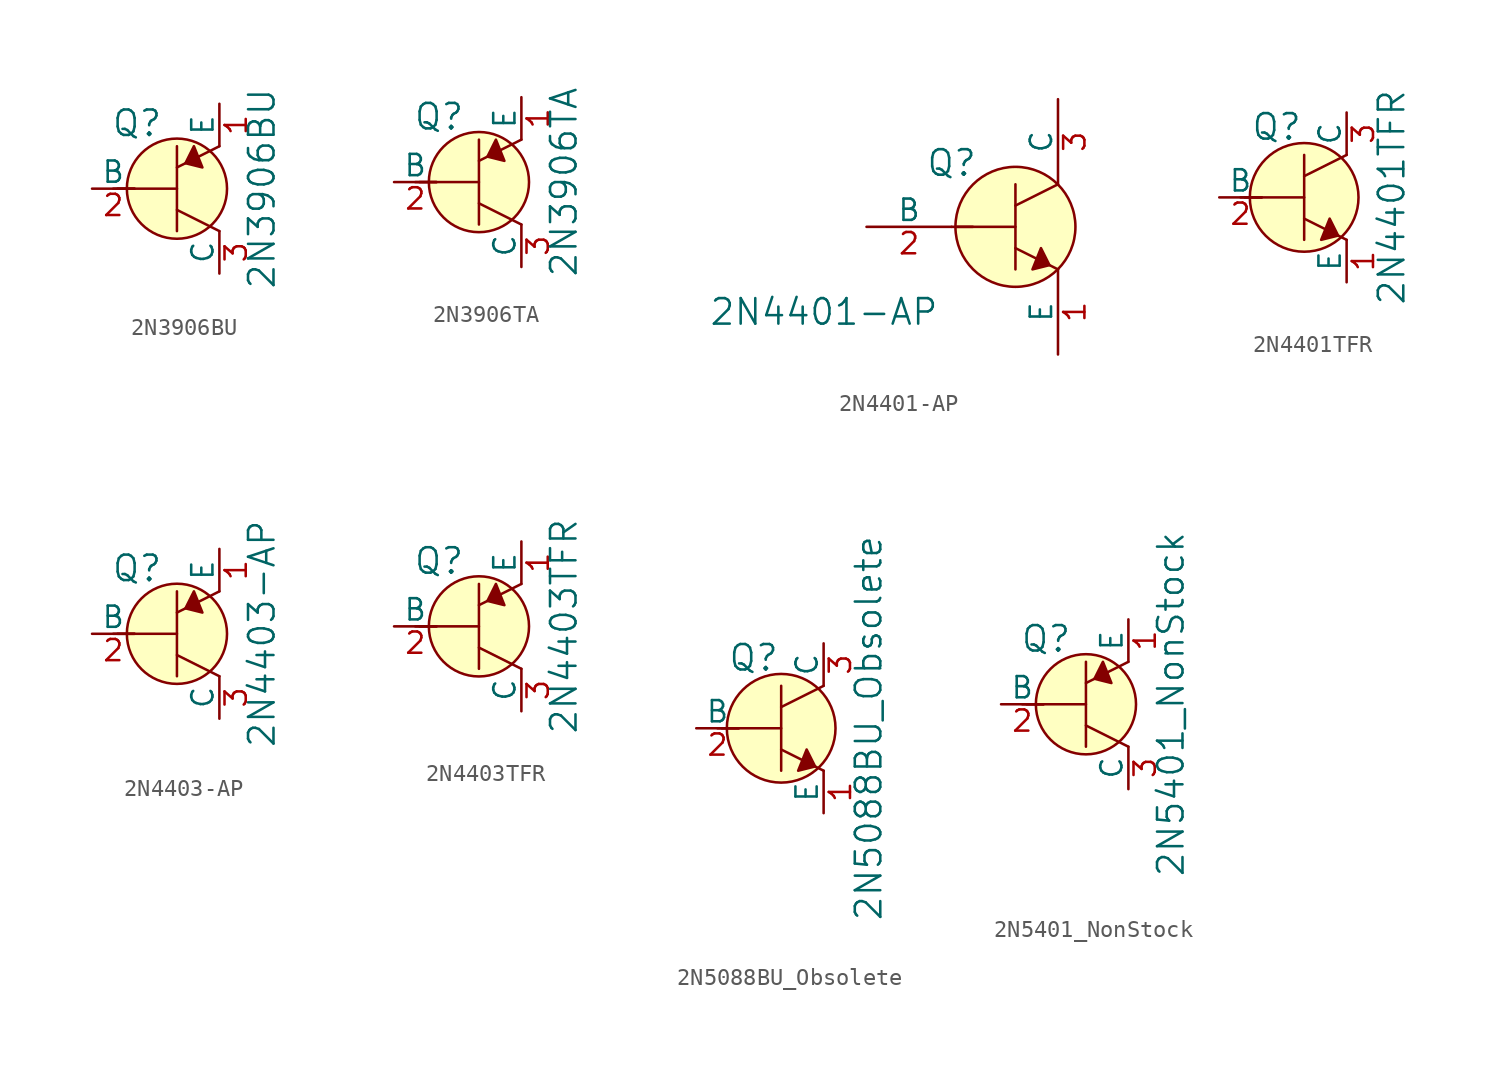
<source format=kicad_sym>
(kicad_symbol_lib
  (version 20220914)
  (generator kicad_symbol_editor)
  (symbol "2N3906BU"
    (pin_names
      (offset 0))
    (property "Reference" "Q"
      (at -2.388 3.912 0)
      (effects (font (size 1.524 1.524))))
    (property "Value" "2N3906BU"
      (at 5.08 0 90)
      (effects (font (size 1.524 1.524))))
    (symbol "2N3906BU_0_1"
      (polyline (pts (xy -3.81 0) (xy -2.54 0)) (stroke (width 0) (type solid)) (fill (type none)))
      (polyline (pts (xy -3.556 0) (xy 0 0)) (stroke (width 0) (type solid)) (fill (type none)))
      (polyline (pts (xy 0 -1.27) (xy 2.54 -2.54)) (stroke (width 0) (type solid)) (fill (type none)))
      (polyline (pts (xy 0 1.27) (xy 2.54 2.54)) (stroke (width 0) (type solid)) (fill (type none)))
      (polyline (pts (xy 0 2.54) (xy 0 -2.54)) (stroke (width 0) (type solid)) (fill (type none)))
      (polyline (pts (xy 1.016 2.54) (xy 0.508 1.524) (xy 1.524 1.27) (xy 1.016 2.54)) (stroke (width 0) (type solid)) (fill (type outline)))
      (circle (center 0 0) (radius 2.997) (stroke (width 0) (type solid)) (fill (type background))))
    (symbol "2N3906BU_1_1"
      (pin passive line (at 2.54 5.08 270) (length 2.54) (name "E" (effects (font (size 1.27 1.27)))) (number "1" (effects (font (size 1.27 1.27)))))
      (pin input line (at -5.08 0 0) (length 2.54) (name "B" (effects (font (size 1.27 1.27)))) (number "2" (effects (font (size 1.27 1.27)))))
      (pin passive line (at 2.54 -5.08 90) (length 2.54) (name "C" (effects (font (size 1.27 1.27)))) (number "3" (effects (font (size 1.27 1.27)))))))
  (symbol "2N3906TA"
    (pin_names
      (offset 0))
    (property "Reference" "Q"
      (at -2.388 3.912 0)
      (effects (font (size 1.524 1.524))))
    (property "Value" "2N3906TA"
      (at 5.08 0 90)
      (effects (font (size 1.524 1.524))))
    (symbol "2N3906TA_0_1"
      (polyline (pts (xy -3.81 0) (xy -2.54 0)) (stroke (width 0) (type solid)) (fill (type none)))
      (polyline (pts (xy -3.556 0) (xy 0 0)) (stroke (width 0) (type solid)) (fill (type none)))
      (polyline (pts (xy 0 -1.27) (xy 2.54 -2.54)) (stroke (width 0) (type solid)) (fill (type none)))
      (polyline (pts (xy 0 1.27) (xy 2.54 2.54)) (stroke (width 0) (type solid)) (fill (type none)))
      (polyline (pts (xy 0 2.54) (xy 0 -2.54)) (stroke (width 0) (type solid)) (fill (type none)))
      (polyline (pts (xy 1.016 2.54) (xy 0.508 1.524) (xy 1.524 1.27) (xy 1.016 2.54)) (stroke (width 0) (type solid)) (fill (type outline)))
      (circle (center 0 0) (radius 2.997) (stroke (width 0) (type solid)) (fill (type background))))
    (symbol "2N3906TA_1_1"
      (pin passive line (at 2.54 5.08 270) (length 2.54) (name "E" (effects (font (size 1.27 1.27)))) (number "1" (effects (font (size 1.27 1.27)))))
      (pin input line (at -5.08 0 0) (length 2.54) (name "B" (effects (font (size 1.27 1.27)))) (number "2" (effects (font (size 1.27 1.27)))))
      (pin passive line (at 2.54 -5.08 90) (length 2.54) (name "C" (effects (font (size 1.27 1.27)))) (number "3" (effects (font (size 1.27 1.27)))))))
  (symbol "2N4401-AP"
    (pin_names
      (offset 0))
    (property "Reference" "Q"
      (at -3.81 3.81 0)
      (effects (font (size 1.524 1.524))))
    (property "Value" "2N4401-AP"
      (at -11.43 -5.08 0)
      (effects (font (size 1.524 1.524))))
    (symbol "2N4401-AP_0_1"
      (polyline (pts (xy -3.81 0) (xy -2.54 0)) (stroke (width 0) (type solid)) (fill (type none)))
      (polyline (pts (xy -3.556 0) (xy 0 0)) (stroke (width 0) (type solid)) (fill (type none)))
      (polyline (pts (xy 0 -1.27) (xy 2.54 -2.54)) (stroke (width 0) (type solid)) (fill (type none)))
      (polyline (pts (xy 0 1.27) (xy 2.54 2.54)) (stroke (width 0) (type solid)) (fill (type none)))
      (polyline (pts (xy 0 2.54) (xy 0 -2.54)) (stroke (width 0) (type solid)) (fill (type none)))
      (polyline (pts (xy 1.524 -1.27) (xy 2.032 -2.286) (xy 1.016 -2.54) (xy 1.524 -1.27)) (stroke (width 0) (type solid)) (fill (type outline)))
      (circle (center 0 0) (radius 3.581) (stroke (width 0) (type solid)) (fill (type background))))
    (symbol "2N4401-AP_1_1"
      (pin input line (at 2.54 -7.62 90) (length 5.08) (name "E" (effects (font (size 1.27 1.27)))) (number "1" (effects (font (size 1.27 1.27)))))
      (pin input line (at -8.89 0 0) (length 5.08) (name "B" (effects (font (size 1.27 1.27)))) (number "2" (effects (font (size 1.27 1.27)))))
      (pin input line (at 2.54 7.62 270) (length 5.08) (name "C" (effects (font (size 1.27 1.27)))) (number "3" (effects (font (size 1.27 1.27)))))))
  (symbol "2N4401TFR"
    (pin_names
      (offset 0))
    (property "Reference" "Q"
      (at -3.2 4.216 0)
      (effects (font (size 1.524 1.524)) (justify left)))
    (property "Value" "2N4401TFR"
      (at 5.232 0 90)
      (effects (font (size 1.524 1.524))))
    (symbol "2N4401TFR_0_1"
      (polyline (pts (xy -3.81 0) (xy -2.54 0)) (stroke (width 0) (type solid)) (fill (type none)))
      (polyline (pts (xy -3.556 0) (xy 0 0)) (stroke (width 0) (type solid)) (fill (type none)))
      (polyline (pts (xy 0 -1.27) (xy 2.54 -2.54)) (stroke (width 0) (type solid)) (fill (type none)))
      (polyline (pts (xy 0 1.27) (xy 2.54 2.54)) (stroke (width 0) (type solid)) (fill (type none)))
      (polyline (pts (xy 0 2.54) (xy 0 -2.54)) (stroke (width 0) (type solid)) (fill (type none)))
      (polyline (pts (xy 1.524 -1.27) (xy 2.032 -2.286) (xy 1.016 -2.54) (xy 1.524 -1.27)) (stroke (width 0) (type solid)) (fill (type outline)))
      (circle (center 0 0) (radius 3.251) (stroke (width 0) (type solid)) (fill (type background))))
    (symbol "2N4401TFR_1_1"
      (pin passive line (at 2.54 -5.08 90) (length 2.54) (name "E" (effects (font (size 1.27 1.27)))) (number "1" (effects (font (size 1.27 1.27)))))
      (pin input line (at -5.08 0 0) (length 2.54) (name "B" (effects (font (size 1.27 1.27)))) (number "2" (effects (font (size 1.27 1.27)))))
      (pin passive line (at 2.54 5.08 270) (length 2.54) (name "C" (effects (font (size 1.27 1.27)))) (number "3" (effects (font (size 1.27 1.27)))))))
  (symbol "2N4403-AP"
    (pin_names
      (offset 0))
    (property "Reference" "Q"
      (at -2.388 3.912 0)
      (effects (font (size 1.524 1.524))))
    (property "Value" "2N4403-AP"
      (at 5.08 0 90)
      (effects (font (size 1.524 1.524))))
    (symbol "2N4403-AP_0_1"
      (polyline (pts (xy -3.81 0) (xy -2.54 0)) (stroke (width 0) (type solid)) (fill (type none)))
      (polyline (pts (xy -3.556 0) (xy 0 0)) (stroke (width 0) (type solid)) (fill (type none)))
      (polyline (pts (xy 0 -1.27) (xy 2.54 -2.54)) (stroke (width 0) (type solid)) (fill (type none)))
      (polyline (pts (xy 0 1.27) (xy 2.54 2.54)) (stroke (width 0) (type solid)) (fill (type none)))
      (polyline (pts (xy 0 2.54) (xy 0 -2.54)) (stroke (width 0) (type solid)) (fill (type none)))
      (polyline (pts (xy 1.016 2.54) (xy 0.508 1.524) (xy 1.524 1.27) (xy 1.016 2.54)) (stroke (width 0) (type solid)) (fill (type outline)))
      (circle (center 0 0) (radius 2.997) (stroke (width 0) (type solid)) (fill (type background))))
    (symbol "2N4403-AP_1_1"
      (pin passive line (at 2.54 5.08 270) (length 2.54) (name "E" (effects (font (size 1.27 1.27)))) (number "1" (effects (font (size 1.27 1.27)))))
      (pin input line (at -5.08 0 0) (length 2.54) (name "B" (effects (font (size 1.27 1.27)))) (number "2" (effects (font (size 1.27 1.27)))))
      (pin passive line (at 2.54 -5.08 90) (length 2.54) (name "C" (effects (font (size 1.27 1.27)))) (number "3" (effects (font (size 1.27 1.27)))))))
  (symbol "2N4403TFR"
    (pin_names
      (offset 0))
    (property "Reference" "Q"
      (at -2.388 3.912 0)
      (effects (font (size 1.524 1.524))))
    (property "Value" "2N4403TFR"
      (at 5.08 0 90)
      (effects (font (size 1.524 1.524))))
    (symbol "2N4403TFR_0_1"
      (polyline (pts (xy -3.81 0) (xy -2.54 0)) (stroke (width 0) (type solid)) (fill (type none)))
      (polyline (pts (xy -3.556 0) (xy 0 0)) (stroke (width 0) (type solid)) (fill (type none)))
      (polyline (pts (xy 0 -1.27) (xy 2.54 -2.54)) (stroke (width 0) (type solid)) (fill (type none)))
      (polyline (pts (xy 0 1.27) (xy 2.54 2.54)) (stroke (width 0) (type solid)) (fill (type none)))
      (polyline (pts (xy 0 2.54) (xy 0 -2.54)) (stroke (width 0) (type solid)) (fill (type none)))
      (polyline (pts (xy 1.016 2.54) (xy 0.508 1.524) (xy 1.524 1.27) (xy 1.016 2.54)) (stroke (width 0) (type solid)) (fill (type outline)))
      (circle (center 0 0) (radius 2.997) (stroke (width 0) (type solid)) (fill (type background))))
    (symbol "2N4403TFR_1_1"
      (pin passive line (at 2.54 5.08 270) (length 2.54) (name "E" (effects (font (size 1.27 1.27)))) (number "1" (effects (font (size 1.27 1.27)))))
      (pin input line (at -5.08 0 0) (length 2.54) (name "B" (effects (font (size 1.27 1.27)))) (number "2" (effects (font (size 1.27 1.27)))))
      (pin passive line (at 2.54 -5.08 90) (length 2.54) (name "C" (effects (font (size 1.27 1.27)))) (number "3" (effects (font (size 1.27 1.27)))))))
  (symbol "2N5088BU_Obsolete"
    (pin_names
      (offset 0))
    (property "Reference" "Q"
      (at -3.2 4.216 0)
      (effects (font (size 1.524 1.524)) (justify left)))
    (property "Value" "2N5088BU_Obsolete"
      (at 5.232 0 90)
      (effects (font (size 1.524 1.524))))
    (symbol "2N5088BU_Obsolete_0_1"
      (polyline (pts (xy -3.81 0) (xy -2.54 0)) (stroke (width 0) (type solid)) (fill (type none)))
      (polyline (pts (xy -3.556 0) (xy 0 0)) (stroke (width 0) (type solid)) (fill (type none)))
      (polyline (pts (xy 0 -1.27) (xy 2.54 -2.54)) (stroke (width 0) (type solid)) (fill (type none)))
      (polyline (pts (xy 0 1.27) (xy 2.54 2.54)) (stroke (width 0) (type solid)) (fill (type none)))
      (polyline (pts (xy 0 2.54) (xy 0 -2.54)) (stroke (width 0) (type solid)) (fill (type none)))
      (polyline (pts (xy 1.524 -1.27) (xy 2.032 -2.286) (xy 1.016 -2.54) (xy 1.524 -1.27)) (stroke (width 0) (type solid)) (fill (type outline)))
      (circle (center 0 0) (radius 3.251) (stroke (width 0) (type solid)) (fill (type background))))
    (symbol "2N5088BU_Obsolete_1_1"
      (pin passive line (at 2.54 -5.08 90) (length 2.54) (name "E" (effects (font (size 1.27 1.27)))) (number "1" (effects (font (size 1.27 1.27)))))
      (pin input line (at -5.08 0 0) (length 2.54) (name "B" (effects (font (size 1.27 1.27)))) (number "2" (effects (font (size 1.27 1.27)))))
      (pin passive line (at 2.54 5.08 270) (length 2.54) (name "C" (effects (font (size 1.27 1.27)))) (number "3" (effects (font (size 1.27 1.27)))))))
  (symbol "2N5401_NonStock"
    (pin_names
      (offset 0))
    (property "Reference" "Q"
      (at -2.388 3.912 0)
      (effects (font (size 1.524 1.524))))
    (property "Value" "2N5401_NonStock"
      (at 5.08 0 90)
      (effects (font (size 1.524 1.524))))
    (symbol "2N5401_NonStock_0_1"
      (polyline (pts (xy -3.81 0) (xy -2.54 0)) (stroke (width 0) (type solid)) (fill (type none)))
      (polyline (pts (xy -3.556 0) (xy 0 0)) (stroke (width 0) (type solid)) (fill (type none)))
      (polyline (pts (xy 0 -1.27) (xy 2.54 -2.54)) (stroke (width 0) (type solid)) (fill (type none)))
      (polyline (pts (xy 0 1.27) (xy 2.54 2.54)) (stroke (width 0) (type solid)) (fill (type none)))
      (polyline (pts (xy 0 2.54) (xy 0 -2.54)) (stroke (width 0) (type solid)) (fill (type none)))
      (polyline (pts (xy 1.016 2.54) (xy 0.508 1.524) (xy 1.524 1.27) (xy 1.016 2.54)) (stroke (width 0) (type solid)) (fill (type outline)))
      (circle (center 0 0) (radius 2.997) (stroke (width 0) (type solid)) (fill (type background))))
    (symbol "2N5401_NonStock_1_1"
      (pin passive line (at 2.54 5.08 270) (length 2.54) (name "E" (effects (font (size 1.27 1.27)))) (number "1" (effects (font (size 1.27 1.27)))))
      (pin input line (at -5.08 0 0) (length 2.54) (name "B" (effects (font (size 1.27 1.27)))) (number "2" (effects (font (size 1.27 1.27)))))
      (pin passive line (at 2.54 -5.08 90) (length 2.54) (name "C" (effects (font (size 1.27 1.27)))) (number "3" (effects (font (size 1.27 1.27))))))))
</source>
